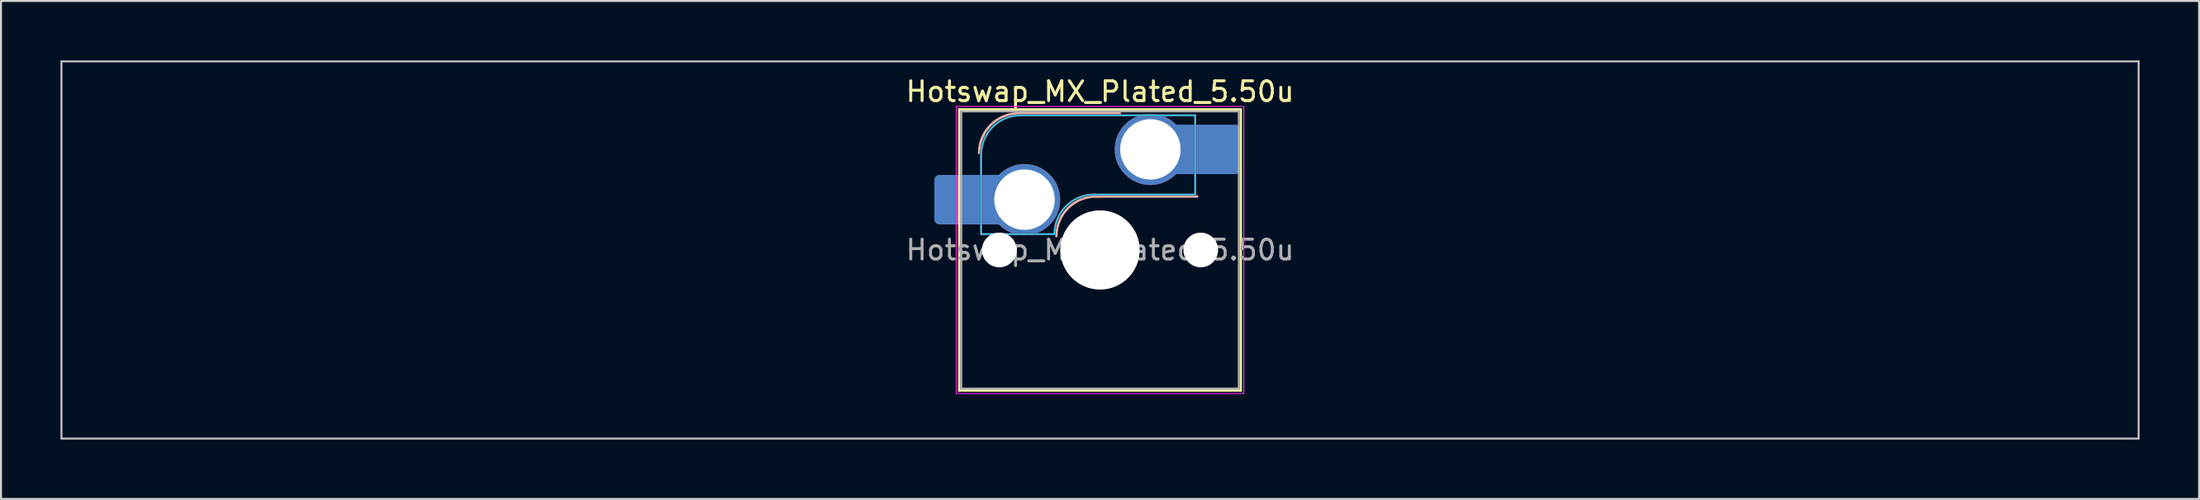
<source format=kicad_pcb>
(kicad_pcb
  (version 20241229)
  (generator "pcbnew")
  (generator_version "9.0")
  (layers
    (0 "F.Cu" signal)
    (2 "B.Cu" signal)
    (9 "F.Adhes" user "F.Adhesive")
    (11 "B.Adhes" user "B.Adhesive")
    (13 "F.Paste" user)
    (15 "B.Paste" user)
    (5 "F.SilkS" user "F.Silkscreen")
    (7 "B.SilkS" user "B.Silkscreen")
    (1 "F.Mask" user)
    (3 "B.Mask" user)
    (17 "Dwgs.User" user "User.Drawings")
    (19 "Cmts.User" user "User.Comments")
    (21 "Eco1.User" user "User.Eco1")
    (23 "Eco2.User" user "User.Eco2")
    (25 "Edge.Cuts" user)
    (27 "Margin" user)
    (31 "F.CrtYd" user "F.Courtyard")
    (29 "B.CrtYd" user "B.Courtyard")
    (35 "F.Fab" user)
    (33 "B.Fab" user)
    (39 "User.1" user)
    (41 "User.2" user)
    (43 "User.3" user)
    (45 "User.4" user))
  (footprint "Hotswap_MX_Plated_5.50u"
    (layer "F.Cu")
    (at 52.438 9.575)
    (property "Reference" "Hotswap_MX_Plated_5.50u" (at 0 -8 0) (layer "F.SilkS") (effects (font (size 1 1) (thickness 0.15))))
    (attr smd allow_soldermask_bridges)
    (fp_line (start -7.1 -7.1) (end -7.1 7.1) (stroke (width 0.12) (type solid)) (layer "F.SilkS"))
    (fp_line (start -7.1 7.1) (end 7.1 7.1) (stroke (width 0.12) (type solid)) (layer "F.SilkS"))
    (fp_line (start 7.1 -7.1) (end -7.1 -7.1) (stroke (width 0.12) (type solid)) (layer "F.SilkS"))
    (fp_line (start 7.1 7.1) (end 7.1 -7.1) (stroke (width 0.12) (type solid)) (layer "F.SilkS"))
    (fp_line (start -4.1 -6.9) (end 1 -6.9) (stroke (width 0.12) (type solid)) (layer "B.SilkS"))
    (fp_line (start -0.2 -2.7) (end 4.9 -2.7) (stroke (width 0.12) (type solid)) (layer "B.SilkS"))
    (fp_arc (start -6.1 -4.9) (mid -5.514214 -6.314214) (end -4.1 -6.9) (stroke (width 0.12) (type solid)) (layer "B.SilkS"))
    (fp_arc (start -2.2 -0.7) (mid -1.614214 -2.114214) (end -0.2 -2.7) (stroke (width 0.12) (type solid)) (layer "B.SilkS"))
    (fp_line (start -52.388 -9.525) (end -52.388 9.525) (stroke (width 0.1) (type solid)) (layer "Dwgs.User"))
    (fp_line (start -52.388 9.525) (end 52.388 9.525) (stroke (width 0.1) (type solid)) (layer "Dwgs.User"))
    (fp_line (start 52.388 -9.525) (end -52.388 -9.525) (stroke (width 0.1) (type solid)) (layer "Dwgs.User"))
    (fp_line (start 52.388 9.525) (end 52.388 -9.525) (stroke (width 0.1) (type solid)) (layer "Dwgs.User"))
    (fp_line (start -7.8 -6) (end -7 -6) (stroke (width 0.1) (type solid)) (layer "Eco1.User"))
    (fp_line (start -7.8 -2.9) (end -7.8 -6) (stroke (width 0.1) (type solid)) (layer "Eco1.User"))
    (fp_line (start -7.8 2.9) (end -7 2.9) (stroke (width 0.1) (type solid)) (layer "Eco1.User"))
    (fp_line (start -7.8 6) (end -7.8 2.9) (stroke (width 0.1) (type solid)) (layer "Eco1.User"))
    (fp_line (start -7 -7) (end 7 -7) (stroke (width 0.1) (type solid)) (layer "Eco1.User"))
    (fp_line (start -7 -6) (end -7 -7) (stroke (width 0.1) (type solid)) (layer "Eco1.User"))
    (fp_line (start -7 -2.9) (end -7.8 -2.9) (stroke (width 0.1) (type solid)) (layer "Eco1.User"))
    (fp_line (start -7 2.9) (end -7 -2.9) (stroke (width 0.1) (type solid)) (layer "Eco1.User"))
    (fp_line (start -7 6) (end -7.8 6) (stroke (width 0.1) (type solid)) (layer "Eco1.User"))
    (fp_line (start -7 7) (end -7 6) (stroke (width 0.1) (type solid)) (layer "Eco1.User"))
    (fp_line (start 7 -7) (end 7 -6) (stroke (width 0.1) (type solid)) (layer "Eco1.User"))
    (fp_line (start 7 -6) (end 7.8 -6) (stroke (width 0.1) (type solid)) (layer "Eco1.User"))
    (fp_line (start 7 -2.9) (end 7 2.9) (stroke (width 0.1) (type solid)) (layer "Eco1.User"))
    (fp_line (start 7 2.9) (end 7.8 2.9) (stroke (width 0.1) (type solid)) (layer "Eco1.User"))
    (fp_line (start 7 6) (end 7 7) (stroke (width 0.1) (type solid)) (layer "Eco1.User"))
    (fp_line (start 7 7) (end -7 7) (stroke (width 0.1) (type solid)) (layer "Eco1.User"))
    (fp_line (start 7.8 -6) (end 7.8 -2.9) (stroke (width 0.1) (type solid)) (layer "Eco1.User"))
    (fp_line (start 7.8 -2.9) (end 7 -2.9) (stroke (width 0.1) (type solid)) (layer "Eco1.User"))
    (fp_line (start 7.8 2.9) (end 7.8 6) (stroke (width 0.1) (type solid)) (layer "Eco1.User"))
    (fp_line (start 7.8 6) (end 7 6) (stroke (width 0.1) (type solid)) (layer "Eco1.User"))
    (fp_line (start -6 -0.8) (end -6 -4.8) (stroke (width 0.05) (type solid)) (layer "B.CrtYd"))
    (fp_line (start -6 -0.8) (end -2.3 -0.8) (stroke (width 0.05) (type solid)) (layer "B.CrtYd"))
    (fp_line (start -4 -6.8) (end 4.8 -6.8) (stroke (width 0.05) (type solid)) (layer "B.CrtYd"))
    (fp_line (start -0.3 -2.8) (end 4.8 -2.8) (stroke (width 0.05) (type solid)) (layer "B.CrtYd"))
    (fp_line (start 4.8 -6.8) (end 4.8 -2.8) (stroke (width 0.05) (type solid)) (layer "B.CrtYd"))
    (fp_arc (start -6 -4.8) (mid -5.414214 -6.214214) (end -4 -6.8) (stroke (width 0.05) (type solid)) (layer "B.CrtYd"))
    (fp_arc (start -2.3 -0.8) (mid -1.714214 -2.214214) (end -0.3 -2.8) (stroke (width 0.05) (type solid)) (layer "B.CrtYd"))
    (fp_line (start -7.25 -7.25) (end -7.25 7.25) (stroke (width 0.05) (type solid)) (layer "F.CrtYd"))
    (fp_line (start -7.25 7.25) (end 7.25 7.25) (stroke (width 0.05) (type solid)) (layer "F.CrtYd"))
    (fp_line (start 7.25 -7.25) (end -7.25 -7.25) (stroke (width 0.05) (type solid)) (layer "F.CrtYd"))
    (fp_line (start 7.25 7.25) (end 7.25 -7.25) (stroke (width 0.05) (type solid)) (layer "F.CrtYd"))
    (fp_line (start -6 -0.8) (end -6 -4.8) (stroke (width 0.12) (type solid)) (layer "B.Fab"))
    (fp_line (start -6 -0.8) (end -2.3 -0.8) (stroke (width 0.12) (type solid)) (layer "B.Fab"))
    (fp_line (start -4 -6.8) (end 4.8 -6.8) (stroke (width 0.12) (type solid)) (layer "B.Fab"))
    (fp_line (start -0.3 -2.8) (end 4.8 -2.8) (stroke (width 0.12) (type solid)) (layer "B.Fab"))
    (fp_line (start 4.8 -6.8) (end 4.8 -2.8) (stroke (width 0.12) (type solid)) (layer "B.Fab"))
    (fp_arc (start -6 -4.8) (mid -5.414214 -6.214214) (end -4 -6.8) (stroke (width 0.12) (type solid)) (layer "B.Fab"))
    (fp_arc (start -2.3 -0.8) (mid -1.714214 -2.214214) (end -0.3 -2.8) (stroke (width 0.12) (type solid)) (layer "B.Fab"))
    (fp_line (start -7 -7) (end -7 7) (stroke (width 0.1) (type solid)) (layer "F.Fab"))
    (fp_line (start -7 7) (end 7 7) (stroke (width 0.1) (type solid)) (layer "F.Fab"))
    (fp_line (start 7 -7) (end -7 -7) (stroke (width 0.1) (type solid)) (layer "F.Fab"))
    (fp_line (start 7 7) (end 7 -7) (stroke (width 0.1) (type solid)) (layer "F.Fab"))
    (fp_text user "${REFERENCE}" (at 0 0 0) (layer "F.Fab") (effects (font (size 1 1) (thickness 0.15))))
    (pad "" smd roundrect (at -7.085 -2.54) (size 2.55 2.5) (layers "B.Mask" "B.Paste") (roundrect_rratio 0.1))
    (pad "" np_thru_hole circle (at -5.08 0) (size 1.75 1.75) (drill 1.75) (layers "*.Cu" "*.Mask"))
    (pad "" np_thru_hole circle (at 0 0) (size 4 4) (drill 4) (layers "*.Cu" "*.Mask"))
    (pad "" np_thru_hole circle (at 5.08 0) (size 1.75 1.75) (drill 1.75) (layers "*.Cu" "*.Mask"))
    (pad "" smd roundrect (at 5.842 -5.08) (size 2.55 2.5) (layers "B.Mask" "B.Paste") (roundrect_rratio 0.1))
    (pad "1" smd roundrect (at -6.585 -2.54) (size 3.55 2.5) (layers "B.Cu") (roundrect_rratio 0.1))
    (pad "1" thru_hole circle (at -3.81 -2.54) (size 3.6 3.6) (drill 3.05) (layers "*.Cu" "*.Mask"))
    (pad "2" thru_hole circle (at 2.54 -5.08) (size 3.6 3.6) (drill 3.05) (layers "*.Cu" "*.Mask"))
    (pad "2" smd roundrect (at 5.32 -5.08) (size 3.55 2.5) (layers "B.Cu") (roundrect_rratio 0.1)))
  (gr_rect
    (start -3 -3)
    (end 107.875 22.15)
    (stroke (width 0.1) (type default))
    (fill no)
    (layer "Edge.Cuts")))
</source>
